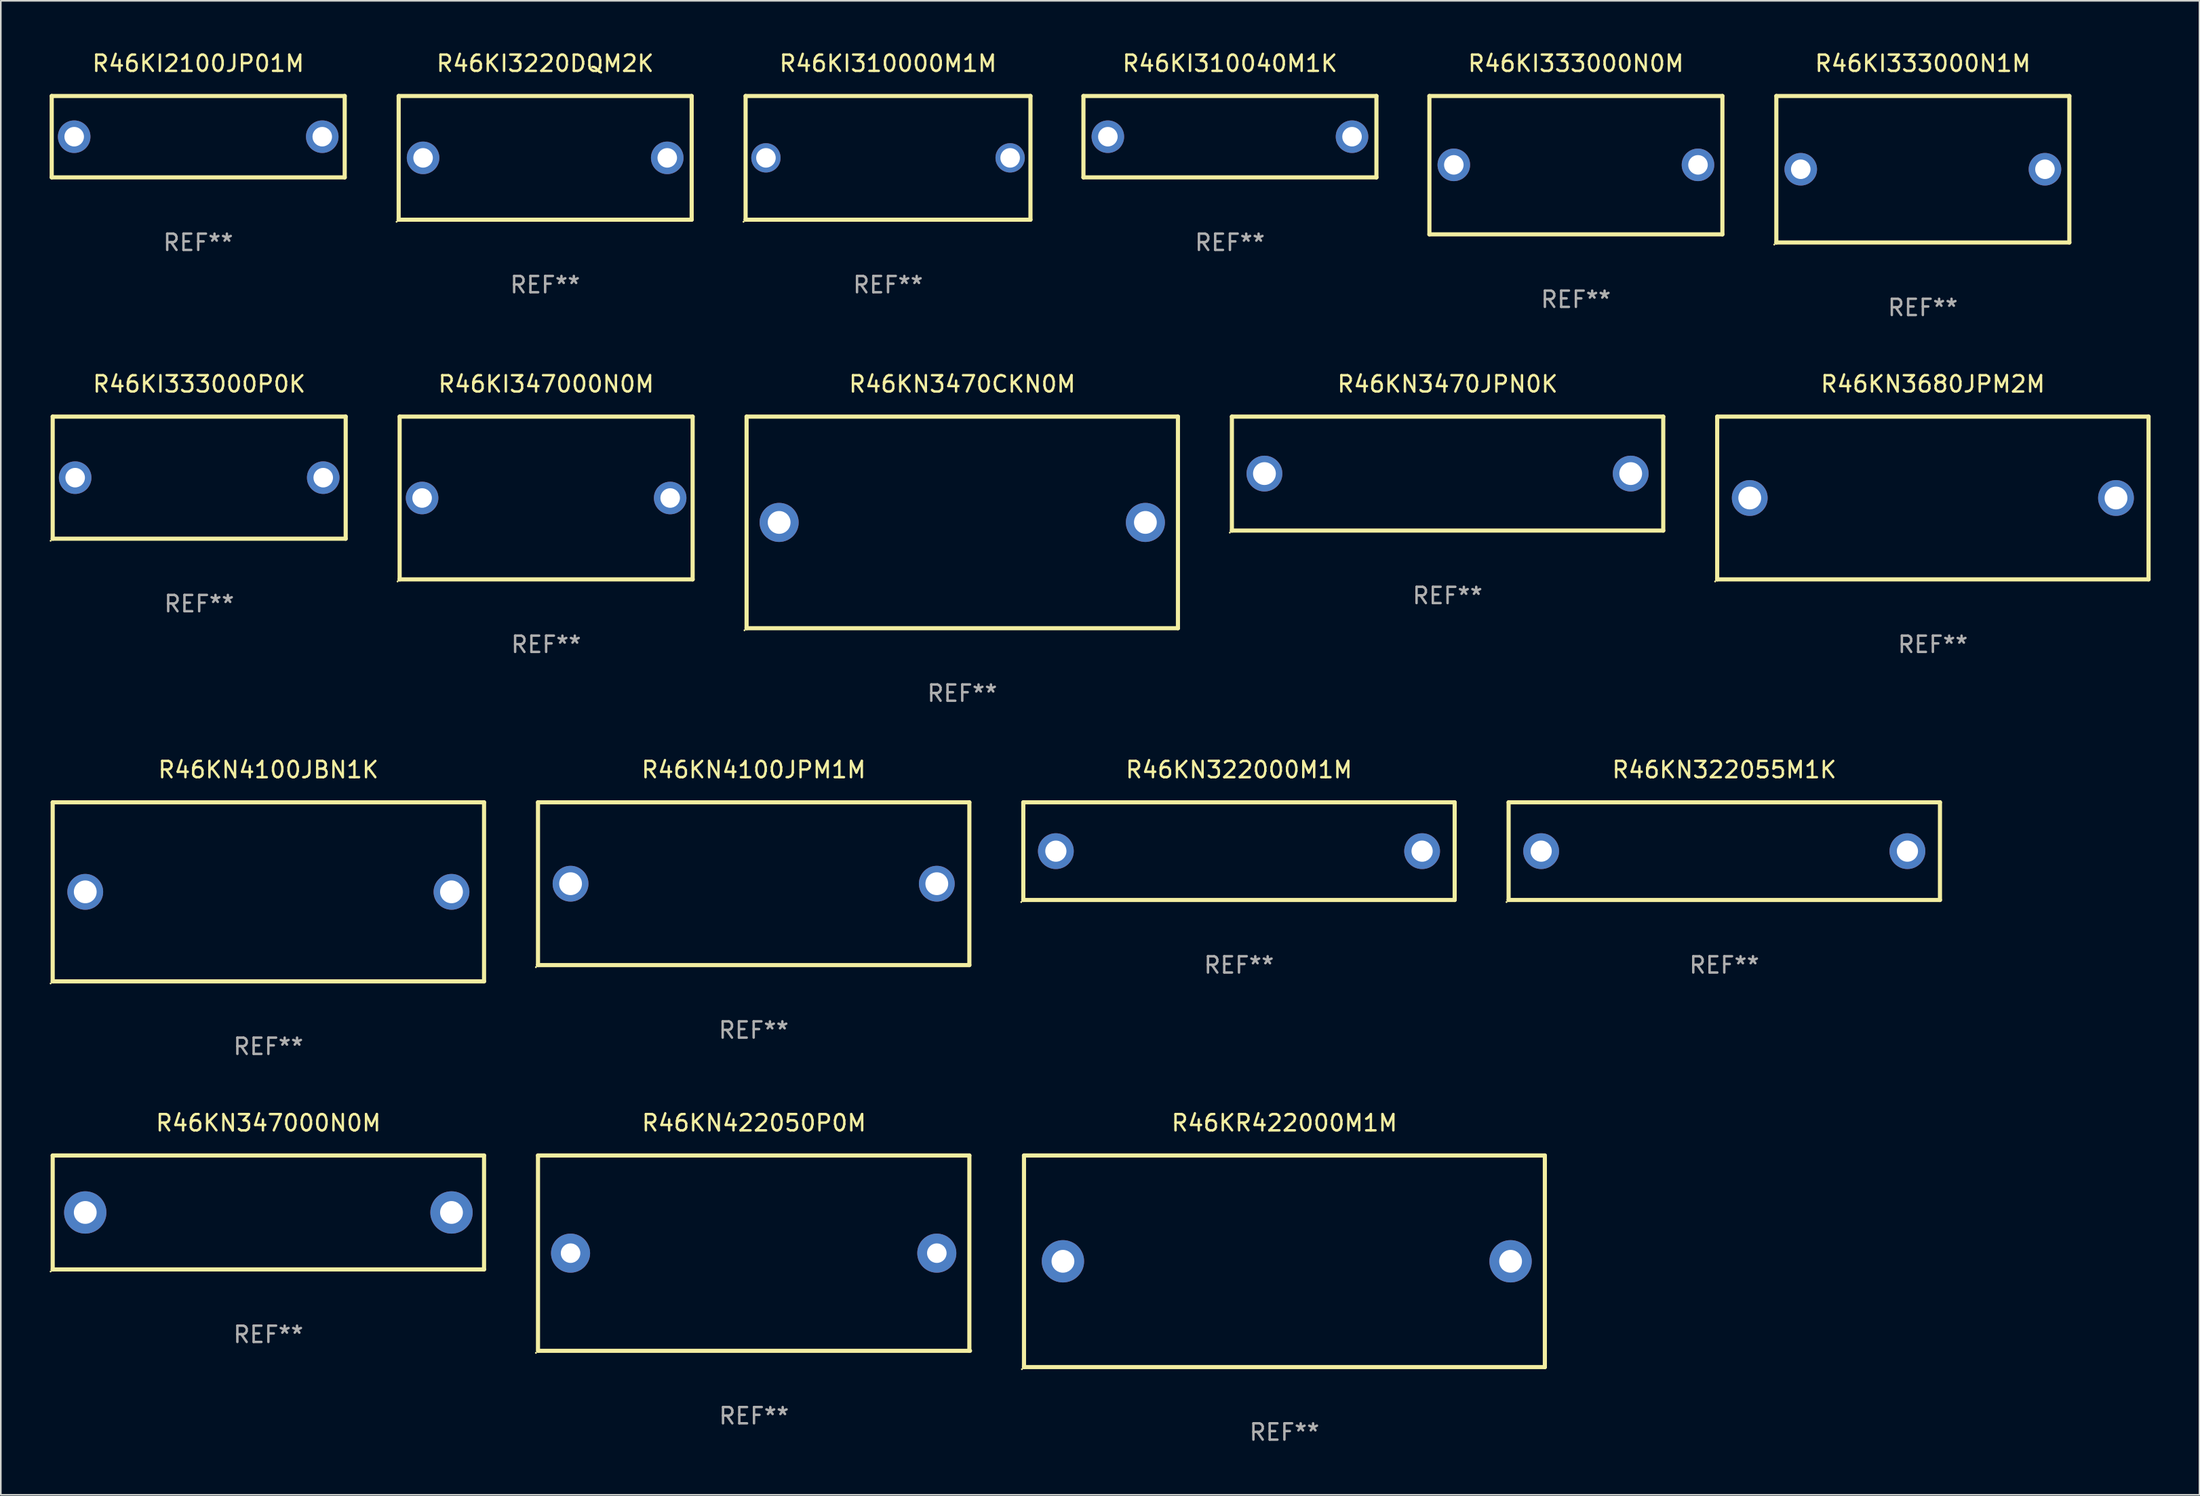
<source format=kicad_pcb>
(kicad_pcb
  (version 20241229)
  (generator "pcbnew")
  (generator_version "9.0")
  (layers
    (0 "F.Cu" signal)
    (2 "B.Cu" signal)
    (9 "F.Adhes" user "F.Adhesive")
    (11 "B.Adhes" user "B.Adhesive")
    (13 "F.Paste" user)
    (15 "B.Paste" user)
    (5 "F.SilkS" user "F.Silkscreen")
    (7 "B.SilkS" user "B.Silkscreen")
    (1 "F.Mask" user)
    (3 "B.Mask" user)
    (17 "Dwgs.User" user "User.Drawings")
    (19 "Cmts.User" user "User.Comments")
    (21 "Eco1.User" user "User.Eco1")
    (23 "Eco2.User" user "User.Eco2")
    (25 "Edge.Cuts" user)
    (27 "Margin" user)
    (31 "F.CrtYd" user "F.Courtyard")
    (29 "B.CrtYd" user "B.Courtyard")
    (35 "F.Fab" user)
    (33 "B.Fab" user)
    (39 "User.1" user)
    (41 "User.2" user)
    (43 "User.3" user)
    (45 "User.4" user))
  (footprint "R46KI310000M1M"
    (layer "F.Cu")
    (at 51.505 6.648)
    (property "Reference" "R46KI310000M1M" (at 0 -5.8 0) (layer "F.SilkS") (effects (font (size 1 1) (thickness 0.15))))
    (attr through_hole)
    (fp_line (start -8.75 -3.8) (end 8.75 -3.8) (stroke (width 0.254) (type solid)) (layer "F.SilkS"))
    (fp_line (start -8.75 3.8) (end -8.75 -3.8) (stroke (width 0.254) (type solid)) (layer "F.SilkS"))
    (fp_line (start 8.75 -3.8) (end 8.75 3.8) (stroke (width 0.254) (type solid)) (layer "F.SilkS"))
    (fp_line (start 8.75 3.8) (end -8.75 3.8) (stroke (width 0.254) (type solid)) (layer "F.SilkS"))
    (fp_circle (center -8.877 3.927) (end -8.847 3.927) (stroke (width 0.06) (type solid)) (fill no) (layer "F.SilkS"))
    (fp_text user "REF**" (at 0 7.8 0) (layer "F.Fab") (effects (font (size 1 1) (thickness 0.15))))
    (pad "1" thru_hole circle (at -7.501 0) (size 1.8 1.8) (drill 1.2) (layers "*.Cu" "*.Mask"))
    (pad "2" thru_hole circle (at 7.501 0) (size 1.8 1.8) (drill 1.2) (layers "*.Cu" "*.Mask")))
  (footprint "R46KI333000P0K"
    (layer "F.Cu")
    (at 9.187 26.295)
    (property "Reference" "R46KI333000P0K" (at 0 -5.75 0) (layer "F.SilkS") (effects (font (size 1 1) (thickness 0.15))))
    (attr through_hole)
    (fp_line (start -9 -3.75) (end 9 -3.75) (stroke (width 0.254) (type solid)) (layer "F.SilkS"))
    (fp_line (start -9 3.75) (end -9 -3.75) (stroke (width 0.254) (type solid)) (layer "F.SilkS"))
    (fp_line (start 9 -3.75) (end 9 3.75) (stroke (width 0.254) (type solid)) (layer "F.SilkS"))
    (fp_line (start 9 3.75) (end -9 3.75) (stroke (width 0.254) (type solid)) (layer "F.SilkS"))
    (fp_circle (center -9.127 3.877) (end -9.097 3.877) (stroke (width 0.06) (type solid)) (fill no) (layer "F.SilkS"))
    (fp_text user "REF**" (at 0 7.75 0) (layer "F.Fab") (effects (font (size 1 1) (thickness 0.15))))
    (pad "1" thru_hole circle (at -7.62 0) (size 2 2) (drill 1.2) (layers "*.Cu" "*.Mask"))
    (pad "2" thru_hole circle (at 7.62 0) (size 2 2) (drill 1.2) (layers "*.Cu" "*.Mask")))
  (footprint "R46KN422050P0M"
    (layer "F.Cu")
    (at 43.272 73.938)
    (property "Reference" "R46KN422050P0M" (at 0 -8 0) (layer "F.SilkS") (effects (font (size 1 1) (thickness 0.15))))
    (attr through_hole)
    (fp_line (start -13.271 -6) (end 13.229 -6) (stroke (width 0.254) (type solid)) (layer "F.SilkS"))
    (fp_line (start -13.271 6) (end -13.271 -6) (stroke (width 0.254) (type solid)) (layer "F.SilkS"))
    (fp_line (start 13.229 -6) (end 13.229 6) (stroke (width 0.254) (type solid)) (layer "F.SilkS"))
    (fp_line (start 13.271 6) (end -13.229 6) (stroke (width 0.254) (type solid)) (layer "F.SilkS"))
    (fp_circle (center -13.398 6.127) (end -13.368 6.127) (stroke (width 0.06) (type solid)) (fill no) (layer "F.SilkS"))
    (fp_text user "REF**" (at 0 10 0) (layer "F.Fab") (effects (font (size 1 1) (thickness 0.15))))
    (pad "1" thru_hole circle (at -11.271 0) (size 2.4 2.4) (drill 1.2) (layers "*.Cu" "*.Mask"))
    (pad "2" thru_hole circle (at 11.229 0) (size 2.4 2.4) (drill 1.2) (layers "*.Cu" "*.Mask")))
  (footprint "R46KN3470CKN0M"
    (layer "F.Cu")
    (at 56.065 29.045)
    (property "Reference" "R46KN3470CKN0M" (at 0 -8.5 0) (layer "F.SilkS") (effects (font (size 1 1) (thickness 0.15))))
    (attr through_hole)
    (fp_line (start -13.25 -6.5) (end 13.25 -6.5) (stroke (width 0.254) (type solid)) (layer "F.SilkS"))
    (fp_line (start -13.25 6.5) (end -13.25 -6.5) (stroke (width 0.254) (type solid)) (layer "F.SilkS"))
    (fp_line (start 13.25 -6.5) (end 13.25 6.5) (stroke (width 0.254) (type solid)) (layer "F.SilkS"))
    (fp_line (start 13.25 6.5) (end -13.25 6.5) (stroke (width 0.254) (type solid)) (layer "F.SilkS"))
    (fp_circle (center -13.377 6.627) (end -13.347 6.627) (stroke (width 0.06) (type solid)) (fill no) (layer "F.SilkS"))
    (fp_text user "REF**" (at 0 10.5 0) (layer "F.Fab") (effects (font (size 1 1) (thickness 0.15))))
    (pad "1" thru_hole circle (at -11.25 0) (size 2.4 2.4) (drill 1.4) (layers "*.Cu" "*.Mask"))
    (pad "2" thru_hole circle (at 11.25 0) (size 2.4 2.4) (drill 1.4) (layers "*.Cu" "*.Mask")))
  (footprint "R46KN322000M1M"
    (layer "F.Cu")
    (at 73.065 49.241)
    (property "Reference" "R46KN322000M1M" (at 0 -5 0) (layer "F.SilkS") (effects (font (size 1 1) (thickness 0.15))))
    (attr through_hole)
    (fp_line (start -13.25 -3) (end 13.25 -3) (stroke (width 0.254) (type solid)) (layer "F.SilkS"))
    (fp_line (start -13.25 3) (end -13.25 -3) (stroke (width 0.254) (type solid)) (layer "F.SilkS"))
    (fp_line (start 13.25 -3) (end 13.25 3) (stroke (width 0.254) (type solid)) (layer "F.SilkS"))
    (fp_line (start 13.25 3) (end -13.25 3) (stroke (width 0.254) (type solid)) (layer "F.SilkS"))
    (fp_circle (center -13.377 3.127) (end -13.347 3.127) (stroke (width 0.06) (type solid)) (fill no) (layer "F.SilkS"))
    (fp_text user "REF**" (at 0 7 0) (layer "F.Fab") (effects (font (size 1 1) (thickness 0.15))))
    (pad "1" thru_hole circle (at -11.25 0) (size 2.2 2.2) (drill 1.3) (layers "*.Cu" "*.Mask"))
    (pad "2" thru_hole circle (at 11.25 0) (size 2.2 2.2) (drill 1.3) (layers "*.Cu" "*.Mask")))
  (footprint "R46KI2100JP01M"
    (layer "F.Cu")
    (at 9.127 5.348)
    (property "Reference" "R46KI2100JP01M" (at 0 -4.5 0) (layer "F.SilkS") (effects (font (size 1 1) (thickness 0.15))))
    (attr through_hole)
    (fp_line (start -9 -2.5) (end 9 -2.5) (stroke (width 0.254) (type solid)) (layer "F.SilkS"))
    (fp_line (start -9 2.5) (end -9 -2.5) (stroke (width 0.254) (type solid)) (layer "F.SilkS"))
    (fp_line (start 9 -2.5) (end 9 2.5) (stroke (width 0.254) (type solid)) (layer "F.SilkS"))
    (fp_line (start 9 2.5) (end -9 2.5) (stroke (width 0.254) (type solid)) (layer "F.SilkS"))
    (fp_circle (center -9 2.5) (end -8.97 2.5) (stroke (width 0.06) (type solid)) (fill no) (layer "F.SilkS"))
    (fp_text user "REF**" (at 0 6.5 0) (layer "F.Fab") (effects (font (size 1 1) (thickness 0.15))))
    (pad "1" thru_hole circle (at -7.62 -0.000127) (size 2 2) (drill 1.2) (layers "*.Cu" "*.Mask"))
    (pad "2" thru_hole circle (at 7.62 -0.000127) (size 2 2) (drill 1.2) (layers "*.Cu" "*.Mask")))
  (footprint "R46KN3470JPN0K"
    (layer "F.Cu")
    (at 85.879 26.045)
    (property "Reference" "R46KN3470JPN0K" (at 0 -5.5 0) (layer "F.SilkS") (effects (font (size 1 1) (thickness 0.15))))
    (attr through_hole)
    (fp_line (start -13.25 -3.5) (end 13.25 -3.5) (stroke (width 0.254) (type solid)) (layer "F.SilkS"))
    (fp_line (start -13.25 3.5) (end -13.25 -3.5) (stroke (width 0.254) (type solid)) (layer "F.SilkS"))
    (fp_line (start 13.25 -3.5) (end 13.25 3.5) (stroke (width 0.254) (type solid)) (layer "F.SilkS"))
    (fp_line (start 13.25 3.5) (end -13.25 3.5) (stroke (width 0.254) (type solid)) (layer "F.SilkS"))
    (fp_circle (center -13.377 3.627) (end -13.347 3.627) (stroke (width 0.06) (type solid)) (fill no) (layer "F.SilkS"))
    (fp_text user "REF**" (at 0 7.5 0) (layer "F.Fab") (effects (font (size 1 1) (thickness 0.15))))
    (pad "1" thru_hole circle (at -11.25 0) (size 2.2 2.2) (drill 1.4) (layers "*.Cu" "*.Mask"))
    (pad "2" thru_hole circle (at 11.25 0) (size 2.2 2.2) (drill 1.4) (layers "*.Cu" "*.Mask")))
  (footprint "R46KN322055M1K"
    (layer "F.Cu")
    (at 102.879 49.241)
    (property "Reference" "R46KN322055M1K" (at 0 -5 0) (layer "F.SilkS") (effects (font (size 1 1) (thickness 0.15))))
    (attr through_hole)
    (fp_line (start -13.25 -3) (end 13.25 -3) (stroke (width 0.254) (type solid)) (layer "F.SilkS"))
    (fp_line (start -13.25 3) (end -13.25 -3) (stroke (width 0.254) (type solid)) (layer "F.SilkS"))
    (fp_line (start 13.25 -3) (end 13.25 3) (stroke (width 0.254) (type solid)) (layer "F.SilkS"))
    (fp_line (start 13.25 3) (end -13.25 3) (stroke (width 0.254) (type solid)) (layer "F.SilkS"))
    (fp_circle (center -13.377 3.127) (end -13.347 3.127) (stroke (width 0.06) (type solid)) (fill no) (layer "F.SilkS"))
    (fp_text user "REF**" (at 0 7 0) (layer "F.Fab") (effects (font (size 1 1) (thickness 0.15))))
    (pad "1" thru_hole circle (at -11.25 0) (size 2.2 2.2) (drill 1.3) (layers "*.Cu" "*.Mask"))
    (pad "2" thru_hole circle (at 11.25 0) (size 2.2 2.2) (drill 1.3) (layers "*.Cu" "*.Mask")))
  (footprint "R46KI310040M1K"
    (layer "F.Cu")
    (at 72.509 5.348)
    (property "Reference" "R46KI310040M1K" (at 0 -4.5 0) (layer "F.SilkS") (effects (font (size 1 1) (thickness 0.15))))
    (attr through_hole)
    (fp_line (start -9 -2.5) (end 9 -2.5) (stroke (width 0.254) (type solid)) (layer "F.SilkS"))
    (fp_line (start -9 2.5) (end -9 -2.5) (stroke (width 0.254) (type solid)) (layer "F.SilkS"))
    (fp_line (start 9 -2.5) (end 9 2.5) (stroke (width 0.254) (type solid)) (layer "F.SilkS"))
    (fp_line (start 9 2.5) (end -9 2.5) (stroke (width 0.254) (type solid)) (layer "F.SilkS"))
    (fp_circle (center -9 2.5) (end -8.97 2.5) (stroke (width 0.06) (type solid)) (fill no) (layer "F.SilkS"))
    (fp_text user "REF**" (at 0 6.5 0) (layer "F.Fab") (effects (font (size 1 1) (thickness 0.15))))
    (pad "1" thru_hole circle (at -7.5 -0.000127) (size 2 2) (drill 1.2) (layers "*.Cu" "*.Mask"))
    (pad "2" thru_hole circle (at 7.5 -0.000127) (size 2 2) (drill 1.2) (layers "*.Cu" "*.Mask")))
  (footprint "R46KI333000N1M"
    (layer "F.Cu")
    (at 115.077 7.348)
    (property "Reference" "R46KI333000N1M" (at 0 -6.5 0) (layer "F.SilkS") (effects (font (size 1 1) (thickness 0.15))))
    (attr through_hole)
    (fp_line (start -9 -4.5) (end -9 4.5) (stroke (width 0.254) (type solid)) (layer "F.SilkS"))
    (fp_line (start -9 -4.5) (end 9 -4.5) (stroke (width 0.254) (type solid)) (layer "F.SilkS"))
    (fp_line (start 9 4.5) (end -9 4.5) (stroke (width 0.254) (type solid)) (layer "F.SilkS"))
    (fp_line (start 9 4.5) (end 9 -4.5) (stroke (width 0.254) (type solid)) (layer "F.SilkS"))
    (fp_circle (center -9.127 4.627) (end -9.097 4.627) (stroke (width 0.06) (type solid)) (fill no) (layer "F.SilkS"))
    (fp_text user "REF**" (at 0 8.5 0) (layer "F.Fab") (effects (font (size 1 1) (thickness 0.15))))
    (pad "1" thru_hole circle (at -7.501 -0.000127) (size 2 2) (drill 1.2) (layers "*.Cu" "*.Mask"))
    (pad "2" thru_hole circle (at 7.501 -0.000127) (size 2 2) (drill 1.2) (layers "*.Cu" "*.Mask")))
  (footprint "R46KI347000N0M"
    (layer "F.Cu")
    (at 30.501 27.545)
    (property "Reference" "R46KI347000N0M" (at 0 -7 0) (layer "F.SilkS") (effects (font (size 1 1) (thickness 0.15))))
    (attr through_hole)
    (fp_line (start -9 -5) (end 9 -5) (stroke (width 0.254) (type solid)) (layer "F.SilkS"))
    (fp_line (start -9 5) (end -9 -5) (stroke (width 0.254) (type solid)) (layer "F.SilkS"))
    (fp_line (start 9 -5) (end 9 5) (stroke (width 0.254) (type solid)) (layer "F.SilkS"))
    (fp_line (start 9 5) (end -9 5) (stroke (width 0.254) (type solid)) (layer "F.SilkS"))
    (fp_circle (center -9.127 5.127) (end -9.097 5.127) (stroke (width 0.06) (type solid)) (fill no) (layer "F.SilkS"))
    (fp_text user "REF**" (at 0 9 0) (layer "F.Fab") (effects (font (size 1 1) (thickness 0.15))))
    (pad "1" thru_hole circle (at -7.62 0) (size 2 2) (drill 1.2) (layers "*.Cu" "*.Mask"))
    (pad "2" thru_hole circle (at 7.62 0) (size 2 2) (drill 1.2) (layers "*.Cu" "*.Mask")))
  (footprint "R46KN4100JBN1K"
    (layer "F.Cu")
    (at 13.437 51.741)
    (property "Reference" "R46KN4100JBN1K" (at 0 -7.5 0) (layer "F.SilkS") (effects (font (size 1 1) (thickness 0.15))))
    (attr through_hole)
    (fp_line (start -13.25 -5.5) (end 13.25 -5.5) (stroke (width 0.254) (type solid)) (layer "F.SilkS"))
    (fp_line (start -13.25 5.5) (end -13.25 -5.5) (stroke (width 0.254) (type solid)) (layer "F.SilkS"))
    (fp_line (start 13.25 -5.5) (end 13.25 5.5) (stroke (width 0.254) (type solid)) (layer "F.SilkS"))
    (fp_line (start 13.25 5.5) (end -13.25 5.5) (stroke (width 0.254) (type solid)) (layer "F.SilkS"))
    (fp_circle (center -13.377 5.627) (end -13.347 5.627) (stroke (width 0.06) (type solid)) (fill no) (layer "F.SilkS"))
    (fp_text user "REF**" (at 0 9.5 0) (layer "F.Fab") (effects (font (size 1 1) (thickness 0.15))))
    (pad "1" thru_hole circle (at -11.25 0) (size 2.2 2.2) (drill 1.4) (layers "*.Cu" "*.Mask"))
    (pad "2" thru_hole circle (at 11.25 0) (size 2.2 2.2) (drill 1.4) (layers "*.Cu" "*.Mask")))
  (footprint "R46KI3220DQM2K"
    (layer "F.Cu")
    (at 30.441 6.648)
    (property "Reference" "R46KI3220DQM2K" (at 0 -5.8 0) (layer "F.SilkS") (effects (font (size 1 1) (thickness 0.15))))
    (attr through_hole)
    (fp_line (start -9 -3.8) (end -9 3.8) (stroke (width 0.254) (type solid)) (layer "F.SilkS"))
    (fp_line (start -9 -3.8) (end 9 -3.8) (stroke (width 0.254) (type solid)) (layer "F.SilkS"))
    (fp_line (start 9 -3.8) (end 9 3.8) (stroke (width 0.254) (type solid)) (layer "F.SilkS"))
    (fp_line (start 9 3.8) (end -9 3.8) (stroke (width 0.254) (type solid)) (layer "F.SilkS"))
    (fp_circle (center -9.127 3.927) (end -9.097 3.927) (stroke (width 0.06) (type solid)) (fill no) (layer "F.SilkS"))
    (fp_text user "REF**" (at 0 7.8 0) (layer "F.Fab") (effects (font (size 1 1) (thickness 0.15))))
    (pad "1" thru_hole circle (at -7.5 0) (size 2 2) (drill 1.2) (layers "*.Cu" "*.Mask"))
    (pad "2" thru_hole circle (at 7.5 0) (size 2 2) (drill 1.2) (layers "*.Cu" "*.Mask")))
  (footprint "R46KN3680JPM2M"
    (layer "F.Cu")
    (at 115.693 27.545)
    (property "Reference" "R46KN3680JPM2M" (at 0 -7 0) (layer "F.SilkS") (effects (font (size 1 1) (thickness 0.15))))
    (attr through_hole)
    (fp_line (start -13.25 -5) (end 13.25 -5) (stroke (width 0.254) (type solid)) (layer "F.SilkS"))
    (fp_line (start -13.25 5) (end -13.25 -5) (stroke (width 0.254) (type solid)) (layer "F.SilkS"))
    (fp_line (start 13.25 -5) (end 13.25 5) (stroke (width 0.254) (type solid)) (layer "F.SilkS"))
    (fp_line (start 13.25 5) (end -13.25 5) (stroke (width 0.254) (type solid)) (layer "F.SilkS"))
    (fp_circle (center -13.377 5.127) (end -13.347 5.127) (stroke (width 0.06) (type solid)) (fill no) (layer "F.SilkS"))
    (fp_text user "REF**" (at 0 9 0) (layer "F.Fab") (effects (font (size 1 1) (thickness 0.15))))
    (pad "1" thru_hole circle (at -11.25 0) (size 2.2 2.2) (drill 1.4) (layers "*.Cu" "*.Mask"))
    (pad "2" thru_hole circle (at 11.25 0) (size 2.2 2.2) (drill 1.4) (layers "*.Cu" "*.Mask")))
  (footprint "R46KI333000N0M"
    (layer "F.Cu")
    (at 93.763 7.098)
    (property "Reference" "R46KI333000N0M" (at 0 -6.25 0) (layer "F.SilkS") (effects (font (size 1 1) (thickness 0.15))))
    (attr through_hole)
    (fp_line (start -9 -4.25) (end -9 4.25) (stroke (width 0.254) (type solid)) (layer "F.SilkS"))
    (fp_line (start -9 -4.25) (end 9 -4.25) (stroke (width 0.254) (type solid)) (layer "F.SilkS"))
    (fp_line (start -9 4.25) (end 9 4.25) (stroke (width 0.254) (type solid)) (layer "F.SilkS"))
    (fp_line (start 9 -4.25) (end 9 4.25) (stroke (width 0.254) (type solid)) (layer "F.SilkS"))
    (fp_circle (center -9 4.23) (end -8.97 4.23) (stroke (width 0.06) (type solid)) (fill no) (layer "F.SilkS"))
    (fp_text user "REF**" (at 0 8.25 0) (layer "F.Fab") (effects (font (size 1 1) (thickness 0.15))))
    (pad "1" thru_hole circle (at -7.5 -0.02) (size 2 2) (drill 1.2) (layers "*.Cu" "*.Mask"))
    (pad "2" thru_hole circle (at 7.5 -0.02) (size 2 2) (drill 1.2) (layers "*.Cu" "*.Mask")))
  (footprint "R46KN4100JPM1M"
    (layer "F.Cu")
    (at 43.251 51.241)
    (property "Reference" "R46KN4100JPM1M" (at 0 -7 0) (layer "F.SilkS") (effects (font (size 1 1) (thickness 0.15))))
    (attr through_hole)
    (fp_line (start -13.25 -5) (end 13.25 -5) (stroke (width 0.254) (type solid)) (layer "F.SilkS"))
    (fp_line (start -13.25 5) (end -13.25 -5) (stroke (width 0.254) (type solid)) (layer "F.SilkS"))
    (fp_line (start 13.25 -5) (end 13.25 5) (stroke (width 0.254) (type solid)) (layer "F.SilkS"))
    (fp_line (start 13.25 5) (end -13.25 5) (stroke (width 0.254) (type solid)) (layer "F.SilkS"))
    (fp_circle (center -13.377 5.127) (end -13.347 5.127) (stroke (width 0.06) (type solid)) (fill no) (layer "F.SilkS"))
    (fp_text user "REF**" (at 0 9 0) (layer "F.Fab") (effects (font (size 1 1) (thickness 0.15))))
    (pad "1" thru_hole circle (at -11.25 0) (size 2.2 2.2) (drill 1.4) (layers "*.Cu" "*.Mask"))
    (pad "2" thru_hole circle (at 11.25 0) (size 2.2 2.2) (drill 1.4) (layers "*.Cu" "*.Mask")))
  (footprint "R46KN347000N0M"
    (layer "F.Cu")
    (at 13.437 71.438)
    (property "Reference" "R46KN347000N0M" (at 0 -5.5 0) (layer "F.SilkS") (effects (font (size 1 1) (thickness 0.15))))
    (attr through_hole)
    (fp_line (start -13.25 -3.5) (end 13.25 -3.5) (stroke (width 0.254) (type solid)) (layer "F.SilkS"))
    (fp_line (start -13.25 3.5) (end -13.25 -3.5) (stroke (width 0.254) (type solid)) (layer "F.SilkS"))
    (fp_line (start 13.25 -3.5) (end 13.25 3.5) (stroke (width 0.254) (type solid)) (layer "F.SilkS"))
    (fp_line (start 13.25 3.5) (end -13.25 3.5) (stroke (width 0.254) (type solid)) (layer "F.SilkS"))
    (fp_circle (center -13.377 3.627) (end -13.347 3.627) (stroke (width 0.06) (type solid)) (fill no) (layer "F.SilkS"))
    (fp_text user "REF**" (at 0 7.5 0) (layer "F.Fab") (effects (font (size 1 1) (thickness 0.15))))
    (pad "1" thru_hole circle (at -11.25 0) (size 2.6 2.6) (drill 1.4) (layers "*.Cu" "*.Mask"))
    (pad "2" thru_hole circle (at 11.25 0) (size 2.6 2.6) (drill 1.4) (layers "*.Cu" "*.Mask")))
  (footprint "R46KR422000M1M"
    (layer "F.Cu")
    (at 75.856 74.438)
    (property "Reference" "R46KR422000M1M" (at 0 -8.5 0) (layer "F.SilkS") (effects (font (size 1 1) (thickness 0.15))))
    (attr through_hole)
    (fp_line (start -15.999 -6.5) (end -15.999 6.5) (stroke (width 0.254) (type solid)) (layer "F.SilkS"))
    (fp_line (start -15.999 -6.5) (end 15.999 -6.5) (stroke (width 0.254) (type solid)) (layer "F.SilkS"))
    (fp_line (start 15.999 -6.5) (end 15.999 6.5) (stroke (width 0.254) (type solid)) (layer "F.SilkS"))
    (fp_line (start 15.999 6.5) (end -15.999 6.5) (stroke (width 0.254) (type solid)) (layer "F.SilkS"))
    (fp_circle (center -16.126 6.627) (end -16.096 6.627) (stroke (width 0.06) (type solid)) (fill no) (layer "F.SilkS"))
    (fp_text user "REF**" (at 0 10.5 0) (layer "F.Fab") (effects (font (size 1 1) (thickness 0.15))))
    (pad "1" thru_hole circle (at -13.606 0) (size 2.6 2.6) (drill 1.4) (layers "*.Cu" "*.Mask"))
    (pad "2" thru_hole circle (at 13.894 0) (size 2.6 2.6) (drill 1.4) (layers "*.Cu" "*.Mask")))
  (gr_rect
    (start -3 -3)
    (end 132.07 88.786)
    (stroke (width 0.1) (type default))
    (fill no)
    (layer "Edge.Cuts")))
</source>
